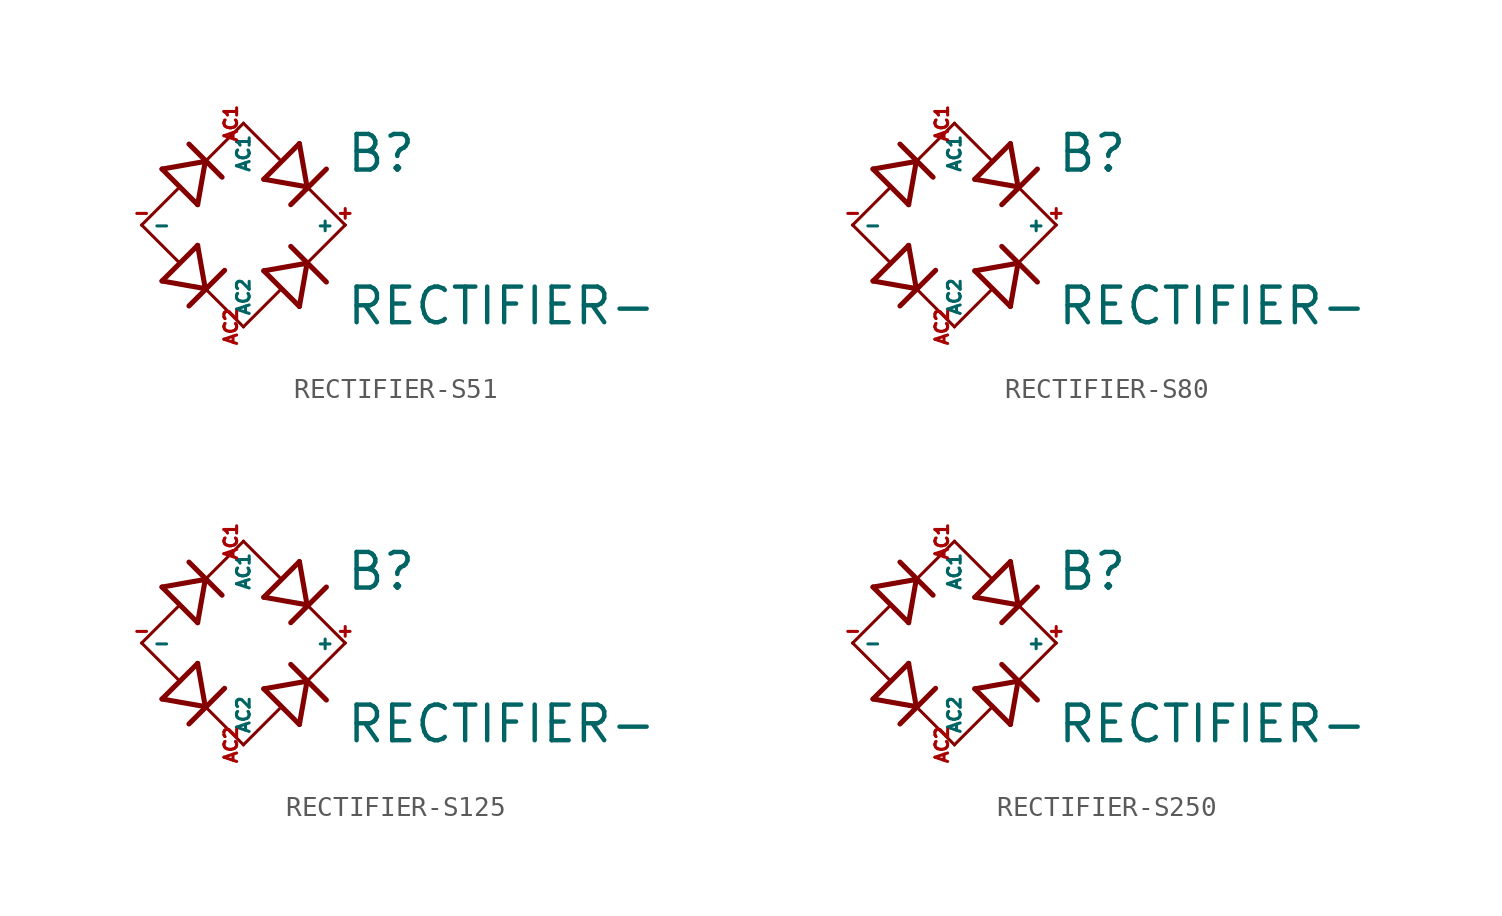
<source format=kicad_sym>
(kicad_symbol_lib
  (version 20220914)
  (generator Eagle2Kicad)
  (symbol "RECTIFIER-S51"
    (property "Reference" "B"
      (at 5.08 2.54 0)
      (effects (font (size 1.778 1.778) (thickness 0.22)) (justify left bottom)))
    (property "Value" "RECTIFIER-"
      (at 5.08 -5.08 0)
      (effects (font (size 1.778 1.778) (thickness 0.22)) (justify left bottom)))
    (polyline
      (pts (xy -1.905 -3.175) (xy -4.064 -2.794))
      (stroke (width 0.254) (type default))
      (fill (type none)))
    (polyline
      (pts (xy -1.905 -3.175) (xy -2.286 -1.016))
      (stroke (width 0.254) (type default))
      (fill (type none)))
    (polyline
      (pts (xy -2.718 -4.039) (xy -0.94 -2.261))
      (stroke (width 0.254) (type default))
      (fill (type none)))
    (polyline
      (pts (xy -1.905 3.175) (xy -4.064 2.794))
      (stroke (width 0.254) (type default))
      (fill (type none)))
    (polyline
      (pts (xy -1.905 3.175) (xy -2.286 1.016))
      (stroke (width 0.254) (type default))
      (fill (type none)))
    (polyline
      (pts (xy -2.718 4.039) (xy -1.067 2.388))
      (stroke (width 0.254) (type default))
      (fill (type none)))
    (polyline
      (pts (xy 3.175 1.905) (xy 2.794 4.064))
      (stroke (width 0.254) (type default))
      (fill (type none)))
    (polyline
      (pts (xy 3.175 1.905) (xy 1.016 2.286))
      (stroke (width 0.254) (type default))
      (fill (type none)))
    (polyline
      (pts (xy 2.362 1.016) (xy 4.14 2.794))
      (stroke (width 0.254) (type default))
      (fill (type none)))
    (polyline
      (pts (xy 3.175 -1.905) (xy 2.794 -4.064))
      (stroke (width 0.254) (type default))
      (fill (type none)))
    (polyline
      (pts (xy 3.175 -1.905) (xy 1.016 -2.286))
      (stroke (width 0.254) (type default))
      (fill (type none)))
    (polyline
      (pts (xy 2.362 -1.067) (xy 4.14 -2.845))
      (stroke (width 0.254) (type default))
      (fill (type none)))
    (polyline
      (pts (xy 5.08 0) (xy 3.175 -1.905))
      (stroke (width 0.152) (type default))
      (fill (type none)))
    (polyline
      (pts (xy 0 -5.08) (xy -1.905 -3.175))
      (stroke (width 0.152) (type default))
      (fill (type none)))
    (polyline
      (pts (xy -3.277 -1.803) (xy -5.08 0))
      (stroke (width 0.152) (type default))
      (fill (type none)))
    (polyline
      (pts (xy -4.064 -2.794) (xy -2.286 -1.016))
      (stroke (width 0.254) (type default))
      (fill (type none)))
    (polyline
      (pts (xy -5.08 0) (xy -3.277 1.803))
      (stroke (width 0.152) (type default))
      (fill (type none)))
    (polyline
      (pts (xy -4.064 2.794) (xy -2.286 1.016))
      (stroke (width 0.254) (type default))
      (fill (type none)))
    (polyline
      (pts (xy -1.905 3.175) (xy 0 5.08))
      (stroke (width 0.152) (type default))
      (fill (type none)))
    (polyline
      (pts (xy 0 5.08) (xy 1.803 3.277))
      (stroke (width 0.152) (type default))
      (fill (type none)))
    (polyline
      (pts (xy 1.016 2.286) (xy 2.794 4.064))
      (stroke (width 0.254) (type default))
      (fill (type none)))
    (polyline
      (pts (xy 3.175 1.905) (xy 5.08 0))
      (stroke (width 0.152) (type default))
      (fill (type none)))
    (polyline
      (pts (xy 0 -5.08) (xy 1.803 -3.277))
      (stroke (width 0.152) (type default))
      (fill (type none)))
    (polyline
      (pts (xy 1.016 -2.286) (xy 2.794 -4.064))
      (stroke (width 0.254) (type default))
      (fill (type none)))
    (pin passive line
      (at 0 5.08 270)
      (length 0)
      (name "AC1" (effects (font (size 0.635 0.635) (thickness 0.08)) (justify left bottom)))
      (number "AC1" (effects (font (size 0.635 0.635) (thickness 0.08)) (justify left bottom))))
    (pin passive line
      (at 5.08 0 180)
      (length 0)
      (name "+" (effects (font (size 0.635 0.635) (thickness 0.08)) (justify left bottom)))
      (number "+" (effects (font (size 0.635 0.635) (thickness 0.08)) (justify left bottom))))
    (pin passive line
      (at 0 -5.08 90)
      (length 0)
      (name "AC2" (effects (font (size 0.635 0.635) (thickness 0.08)) (justify left bottom)))
      (number "AC2" (effects (font (size 0.635 0.635) (thickness 0.08)) (justify left bottom))))
    (pin passive line
      (at -5.08 0 0)
      (length 0)
      (name "-" (effects (font (size 0.635 0.635) (thickness 0.08)) (justify left bottom)))
      (number "-" (effects (font (size 0.635 0.635) (thickness 0.08)) (justify left bottom)))))
  (symbol "RECTIFIER-S80"
    (property "Reference" "B"
      (at 5.08 2.54 0)
      (effects (font (size 1.778 1.778) (thickness 0.22)) (justify left bottom)))
    (property "Value" "RECTIFIER-"
      (at 5.08 -5.08 0)
      (effects (font (size 1.778 1.778) (thickness 0.22)) (justify left bottom)))
    (polyline
      (pts (xy -1.905 -3.175) (xy -4.064 -2.794))
      (stroke (width 0.254) (type default))
      (fill (type none)))
    (polyline
      (pts (xy -1.905 -3.175) (xy -2.286 -1.016))
      (stroke (width 0.254) (type default))
      (fill (type none)))
    (polyline
      (pts (xy -2.718 -4.039) (xy -0.94 -2.261))
      (stroke (width 0.254) (type default))
      (fill (type none)))
    (polyline
      (pts (xy -1.905 3.175) (xy -4.064 2.794))
      (stroke (width 0.254) (type default))
      (fill (type none)))
    (polyline
      (pts (xy -1.905 3.175) (xy -2.286 1.016))
      (stroke (width 0.254) (type default))
      (fill (type none)))
    (polyline
      (pts (xy -2.718 4.039) (xy -1.067 2.388))
      (stroke (width 0.254) (type default))
      (fill (type none)))
    (polyline
      (pts (xy 3.175 1.905) (xy 2.794 4.064))
      (stroke (width 0.254) (type default))
      (fill (type none)))
    (polyline
      (pts (xy 3.175 1.905) (xy 1.016 2.286))
      (stroke (width 0.254) (type default))
      (fill (type none)))
    (polyline
      (pts (xy 2.362 1.016) (xy 4.14 2.794))
      (stroke (width 0.254) (type default))
      (fill (type none)))
    (polyline
      (pts (xy 3.175 -1.905) (xy 2.794 -4.064))
      (stroke (width 0.254) (type default))
      (fill (type none)))
    (polyline
      (pts (xy 3.175 -1.905) (xy 1.016 -2.286))
      (stroke (width 0.254) (type default))
      (fill (type none)))
    (polyline
      (pts (xy 2.362 -1.067) (xy 4.14 -2.845))
      (stroke (width 0.254) (type default))
      (fill (type none)))
    (polyline
      (pts (xy 5.08 0) (xy 3.175 -1.905))
      (stroke (width 0.152) (type default))
      (fill (type none)))
    (polyline
      (pts (xy 0 -5.08) (xy -1.905 -3.175))
      (stroke (width 0.152) (type default))
      (fill (type none)))
    (polyline
      (pts (xy -3.277 -1.803) (xy -5.08 0))
      (stroke (width 0.152) (type default))
      (fill (type none)))
    (polyline
      (pts (xy -4.064 -2.794) (xy -2.286 -1.016))
      (stroke (width 0.254) (type default))
      (fill (type none)))
    (polyline
      (pts (xy -5.08 0) (xy -3.277 1.803))
      (stroke (width 0.152) (type default))
      (fill (type none)))
    (polyline
      (pts (xy -4.064 2.794) (xy -2.286 1.016))
      (stroke (width 0.254) (type default))
      (fill (type none)))
    (polyline
      (pts (xy -1.905 3.175) (xy 0 5.08))
      (stroke (width 0.152) (type default))
      (fill (type none)))
    (polyline
      (pts (xy 0 5.08) (xy 1.803 3.277))
      (stroke (width 0.152) (type default))
      (fill (type none)))
    (polyline
      (pts (xy 1.016 2.286) (xy 2.794 4.064))
      (stroke (width 0.254) (type default))
      (fill (type none)))
    (polyline
      (pts (xy 3.175 1.905) (xy 5.08 0))
      (stroke (width 0.152) (type default))
      (fill (type none)))
    (polyline
      (pts (xy 0 -5.08) (xy 1.803 -3.277))
      (stroke (width 0.152) (type default))
      (fill (type none)))
    (polyline
      (pts (xy 1.016 -2.286) (xy 2.794 -4.064))
      (stroke (width 0.254) (type default))
      (fill (type none)))
    (pin passive line
      (at 0 5.08 270)
      (length 0)
      (name "AC1" (effects (font (size 0.635 0.635) (thickness 0.08)) (justify left bottom)))
      (number "AC1" (effects (font (size 0.635 0.635) (thickness 0.08)) (justify left bottom))))
    (pin passive line
      (at 5.08 0 180)
      (length 0)
      (name "+" (effects (font (size 0.635 0.635) (thickness 0.08)) (justify left bottom)))
      (number "+" (effects (font (size 0.635 0.635) (thickness 0.08)) (justify left bottom))))
    (pin passive line
      (at 0 -5.08 90)
      (length 0)
      (name "AC2" (effects (font (size 0.635 0.635) (thickness 0.08)) (justify left bottom)))
      (number "AC2" (effects (font (size 0.635 0.635) (thickness 0.08)) (justify left bottom))))
    (pin passive line
      (at -5.08 0 0)
      (length 0)
      (name "-" (effects (font (size 0.635 0.635) (thickness 0.08)) (justify left bottom)))
      (number "-" (effects (font (size 0.635 0.635) (thickness 0.08)) (justify left bottom)))))
  (symbol "RECTIFIER-S125"
    (property "Reference" "B"
      (at 5.08 2.54 0)
      (effects (font (size 1.778 1.778) (thickness 0.22)) (justify left bottom)))
    (property "Value" "RECTIFIER-"
      (at 5.08 -5.08 0)
      (effects (font (size 1.778 1.778) (thickness 0.22)) (justify left bottom)))
    (polyline
      (pts (xy -1.905 -3.175) (xy -4.064 -2.794))
      (stroke (width 0.254) (type default))
      (fill (type none)))
    (polyline
      (pts (xy -1.905 -3.175) (xy -2.286 -1.016))
      (stroke (width 0.254) (type default))
      (fill (type none)))
    (polyline
      (pts (xy -2.718 -4.039) (xy -0.94 -2.261))
      (stroke (width 0.254) (type default))
      (fill (type none)))
    (polyline
      (pts (xy -1.905 3.175) (xy -4.064 2.794))
      (stroke (width 0.254) (type default))
      (fill (type none)))
    (polyline
      (pts (xy -1.905 3.175) (xy -2.286 1.016))
      (stroke (width 0.254) (type default))
      (fill (type none)))
    (polyline
      (pts (xy -2.718 4.039) (xy -1.067 2.388))
      (stroke (width 0.254) (type default))
      (fill (type none)))
    (polyline
      (pts (xy 3.175 1.905) (xy 2.794 4.064))
      (stroke (width 0.254) (type default))
      (fill (type none)))
    (polyline
      (pts (xy 3.175 1.905) (xy 1.016 2.286))
      (stroke (width 0.254) (type default))
      (fill (type none)))
    (polyline
      (pts (xy 2.362 1.016) (xy 4.14 2.794))
      (stroke (width 0.254) (type default))
      (fill (type none)))
    (polyline
      (pts (xy 3.175 -1.905) (xy 2.794 -4.064))
      (stroke (width 0.254) (type default))
      (fill (type none)))
    (polyline
      (pts (xy 3.175 -1.905) (xy 1.016 -2.286))
      (stroke (width 0.254) (type default))
      (fill (type none)))
    (polyline
      (pts (xy 2.362 -1.067) (xy 4.14 -2.845))
      (stroke (width 0.254) (type default))
      (fill (type none)))
    (polyline
      (pts (xy 5.08 0) (xy 3.175 -1.905))
      (stroke (width 0.152) (type default))
      (fill (type none)))
    (polyline
      (pts (xy 0 -5.08) (xy -1.905 -3.175))
      (stroke (width 0.152) (type default))
      (fill (type none)))
    (polyline
      (pts (xy -3.277 -1.803) (xy -5.08 0))
      (stroke (width 0.152) (type default))
      (fill (type none)))
    (polyline
      (pts (xy -4.064 -2.794) (xy -2.286 -1.016))
      (stroke (width 0.254) (type default))
      (fill (type none)))
    (polyline
      (pts (xy -5.08 0) (xy -3.277 1.803))
      (stroke (width 0.152) (type default))
      (fill (type none)))
    (polyline
      (pts (xy -4.064 2.794) (xy -2.286 1.016))
      (stroke (width 0.254) (type default))
      (fill (type none)))
    (polyline
      (pts (xy -1.905 3.175) (xy 0 5.08))
      (stroke (width 0.152) (type default))
      (fill (type none)))
    (polyline
      (pts (xy 0 5.08) (xy 1.803 3.277))
      (stroke (width 0.152) (type default))
      (fill (type none)))
    (polyline
      (pts (xy 1.016 2.286) (xy 2.794 4.064))
      (stroke (width 0.254) (type default))
      (fill (type none)))
    (polyline
      (pts (xy 3.175 1.905) (xy 5.08 0))
      (stroke (width 0.152) (type default))
      (fill (type none)))
    (polyline
      (pts (xy 0 -5.08) (xy 1.803 -3.277))
      (stroke (width 0.152) (type default))
      (fill (type none)))
    (polyline
      (pts (xy 1.016 -2.286) (xy 2.794 -4.064))
      (stroke (width 0.254) (type default))
      (fill (type none)))
    (pin passive line
      (at 0 5.08 270)
      (length 0)
      (name "AC1" (effects (font (size 0.635 0.635) (thickness 0.08)) (justify left bottom)))
      (number "AC1" (effects (font (size 0.635 0.635) (thickness 0.08)) (justify left bottom))))
    (pin passive line
      (at 5.08 0 180)
      (length 0)
      (name "+" (effects (font (size 0.635 0.635) (thickness 0.08)) (justify left bottom)))
      (number "+" (effects (font (size 0.635 0.635) (thickness 0.08)) (justify left bottom))))
    (pin passive line
      (at 0 -5.08 90)
      (length 0)
      (name "AC2" (effects (font (size 0.635 0.635) (thickness 0.08)) (justify left bottom)))
      (number "AC2" (effects (font (size 0.635 0.635) (thickness 0.08)) (justify left bottom))))
    (pin passive line
      (at -5.08 0 0)
      (length 0)
      (name "-" (effects (font (size 0.635 0.635) (thickness 0.08)) (justify left bottom)))
      (number "-" (effects (font (size 0.635 0.635) (thickness 0.08)) (justify left bottom)))))
  (symbol "RECTIFIER-S250"
    (property "Reference" "B"
      (at 5.08 2.54 0)
      (effects (font (size 1.778 1.778) (thickness 0.22)) (justify left bottom)))
    (property "Value" "RECTIFIER-"
      (at 5.08 -5.08 0)
      (effects (font (size 1.778 1.778) (thickness 0.22)) (justify left bottom)))
    (polyline
      (pts (xy -1.905 -3.175) (xy -4.064 -2.794))
      (stroke (width 0.254) (type default))
      (fill (type none)))
    (polyline
      (pts (xy -1.905 -3.175) (xy -2.286 -1.016))
      (stroke (width 0.254) (type default))
      (fill (type none)))
    (polyline
      (pts (xy -2.718 -4.039) (xy -0.94 -2.261))
      (stroke (width 0.254) (type default))
      (fill (type none)))
    (polyline
      (pts (xy -1.905 3.175) (xy -4.064 2.794))
      (stroke (width 0.254) (type default))
      (fill (type none)))
    (polyline
      (pts (xy -1.905 3.175) (xy -2.286 1.016))
      (stroke (width 0.254) (type default))
      (fill (type none)))
    (polyline
      (pts (xy -2.718 4.039) (xy -1.067 2.388))
      (stroke (width 0.254) (type default))
      (fill (type none)))
    (polyline
      (pts (xy 3.175 1.905) (xy 2.794 4.064))
      (stroke (width 0.254) (type default))
      (fill (type none)))
    (polyline
      (pts (xy 3.175 1.905) (xy 1.016 2.286))
      (stroke (width 0.254) (type default))
      (fill (type none)))
    (polyline
      (pts (xy 2.362 1.016) (xy 4.14 2.794))
      (stroke (width 0.254) (type default))
      (fill (type none)))
    (polyline
      (pts (xy 3.175 -1.905) (xy 2.794 -4.064))
      (stroke (width 0.254) (type default))
      (fill (type none)))
    (polyline
      (pts (xy 3.175 -1.905) (xy 1.016 -2.286))
      (stroke (width 0.254) (type default))
      (fill (type none)))
    (polyline
      (pts (xy 2.362 -1.067) (xy 4.14 -2.845))
      (stroke (width 0.254) (type default))
      (fill (type none)))
    (polyline
      (pts (xy 5.08 0) (xy 3.175 -1.905))
      (stroke (width 0.152) (type default))
      (fill (type none)))
    (polyline
      (pts (xy 0 -5.08) (xy -1.905 -3.175))
      (stroke (width 0.152) (type default))
      (fill (type none)))
    (polyline
      (pts (xy -3.277 -1.803) (xy -5.08 0))
      (stroke (width 0.152) (type default))
      (fill (type none)))
    (polyline
      (pts (xy -4.064 -2.794) (xy -2.286 -1.016))
      (stroke (width 0.254) (type default))
      (fill (type none)))
    (polyline
      (pts (xy -5.08 0) (xy -3.277 1.803))
      (stroke (width 0.152) (type default))
      (fill (type none)))
    (polyline
      (pts (xy -4.064 2.794) (xy -2.286 1.016))
      (stroke (width 0.254) (type default))
      (fill (type none)))
    (polyline
      (pts (xy -1.905 3.175) (xy 0 5.08))
      (stroke (width 0.152) (type default))
      (fill (type none)))
    (polyline
      (pts (xy 0 5.08) (xy 1.803 3.277))
      (stroke (width 0.152) (type default))
      (fill (type none)))
    (polyline
      (pts (xy 1.016 2.286) (xy 2.794 4.064))
      (stroke (width 0.254) (type default))
      (fill (type none)))
    (polyline
      (pts (xy 3.175 1.905) (xy 5.08 0))
      (stroke (width 0.152) (type default))
      (fill (type none)))
    (polyline
      (pts (xy 0 -5.08) (xy 1.803 -3.277))
      (stroke (width 0.152) (type default))
      (fill (type none)))
    (polyline
      (pts (xy 1.016 -2.286) (xy 2.794 -4.064))
      (stroke (width 0.254) (type default))
      (fill (type none)))
    (pin passive line
      (at 0 5.08 270)
      (length 0)
      (name "AC1" (effects (font (size 0.635 0.635) (thickness 0.08)) (justify left bottom)))
      (number "AC1" (effects (font (size 0.635 0.635) (thickness 0.08)) (justify left bottom))))
    (pin passive line
      (at 5.08 0 180)
      (length 0)
      (name "+" (effects (font (size 0.635 0.635) (thickness 0.08)) (justify left bottom)))
      (number "+" (effects (font (size 0.635 0.635) (thickness 0.08)) (justify left bottom))))
    (pin passive line
      (at 0 -5.08 90)
      (length 0)
      (name "AC2" (effects (font (size 0.635 0.635) (thickness 0.08)) (justify left bottom)))
      (number "AC2" (effects (font (size 0.635 0.635) (thickness 0.08)) (justify left bottom))))
    (pin passive line
      (at -5.08 0 0)
      (length 0)
      (name "-" (effects (font (size 0.635 0.635) (thickness 0.08)) (justify left bottom)))
      (number "-" (effects (font (size 0.635 0.635) (thickness 0.08)) (justify left bottom))))))
</source>
